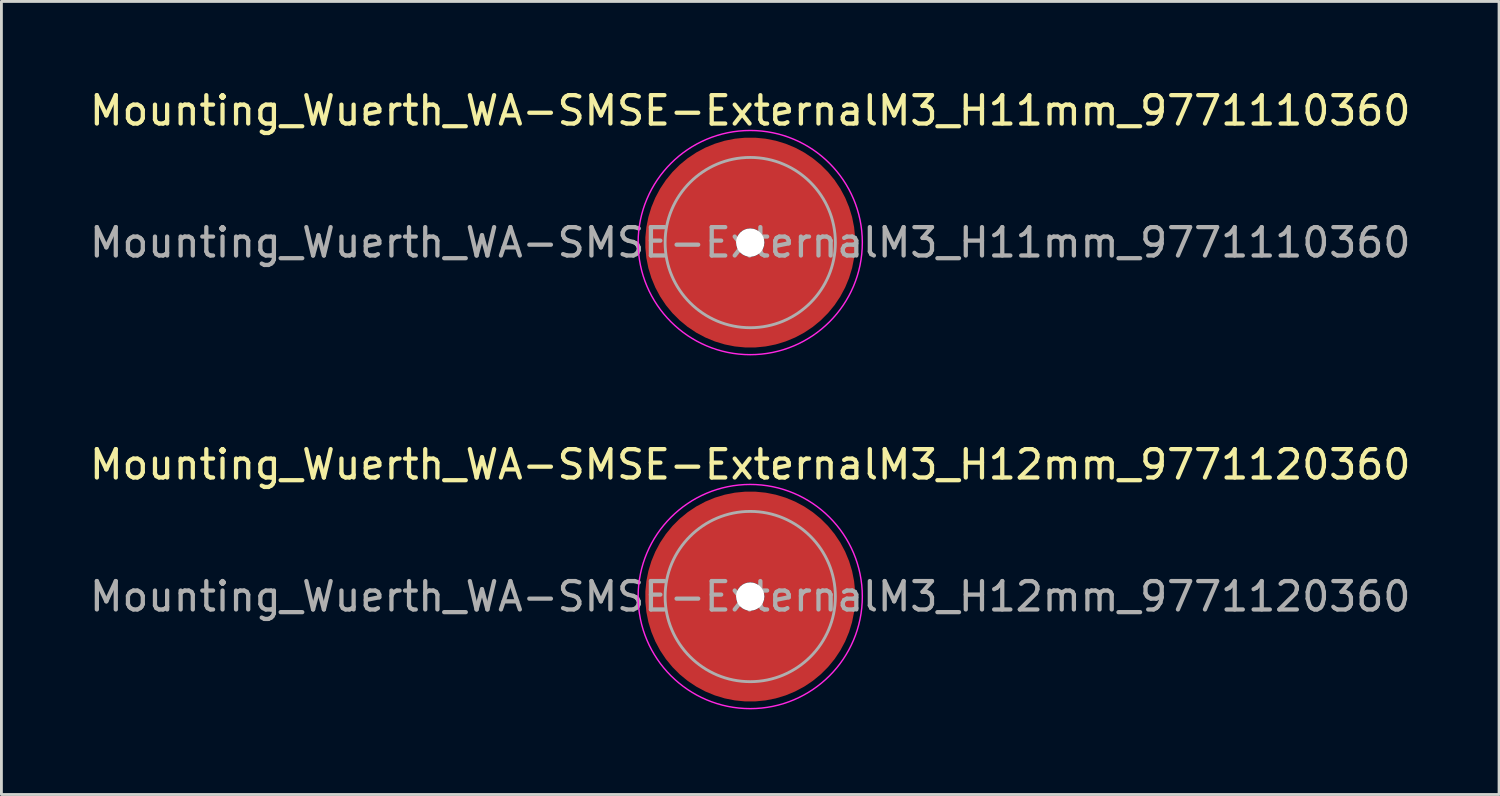
<source format=kicad_pcb>
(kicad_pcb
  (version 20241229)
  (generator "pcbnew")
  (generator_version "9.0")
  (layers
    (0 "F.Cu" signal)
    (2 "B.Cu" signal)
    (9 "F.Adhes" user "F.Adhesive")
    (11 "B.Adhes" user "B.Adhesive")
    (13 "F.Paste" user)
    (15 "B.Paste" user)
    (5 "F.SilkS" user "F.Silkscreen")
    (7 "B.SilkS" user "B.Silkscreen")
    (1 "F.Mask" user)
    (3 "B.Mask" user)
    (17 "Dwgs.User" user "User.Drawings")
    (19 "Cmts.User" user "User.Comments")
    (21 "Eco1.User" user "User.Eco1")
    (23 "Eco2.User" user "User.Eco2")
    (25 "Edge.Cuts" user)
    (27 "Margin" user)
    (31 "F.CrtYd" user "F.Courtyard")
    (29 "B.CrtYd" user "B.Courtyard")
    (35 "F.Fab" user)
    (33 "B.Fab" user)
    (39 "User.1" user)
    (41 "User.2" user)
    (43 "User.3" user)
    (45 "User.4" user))
  (footprint "Mounting_Wuerth_WA-SMSE-ExternalM3_H11mm_9771110360"
    (layer "F.Cu")
    (at 23.387 5.498)
    (property "Reference" "Mounting_Wuerth_WA-SMSE-ExternalM3_H11mm_9771110360" (at 0 -4.65 0) (layer "F.SilkS") (effects (font (size 1 1) (thickness 0.15))))
    (attr smd)
    (fp_circle (center 0 0) (end 3.95 0) (stroke (width 0.05) (type solid)) (fill no) (layer "F.CrtYd"))
    (fp_circle (center 0 0) (end 3 0) (stroke (width 0.1) (type solid)) (fill no) (layer "F.Fab"))
    (fp_text user "${REFERENCE}" (at 0 0 0) (layer "F.Fab") (effects (font (size 1 1) (thickness 0.15))))
    (pad "" smd custom (at 0 -2.1) (size 2.6 2.6) (layers "F.Paste") (options (anchor circle)) (primitives (gr_arc (start -0.305123 1.47) (mid -0.000513 1.4) (end 0.3042 1.469554) (width 0.2)) (gr_arc (start -0.493052 1.47) (mid -0.000664 1.3) (end 0.492006 1.469183) (width 0.2)) (gr_arc (start -0.642729 1.47) (mid -0.000361 1.2) (end 0.642223 1.469484) (width 0.2)) (gr_arc (start -0.776595 1.47) (mid -0.00087 1.1) (end 0.775497 1.468649) (width 0.2)) (gr_arc (start -0.901721 1.47) (mid -0.00018 1) (end 0.901515 1.469705) (width 0.2)) (gr_arc (start -1.021323 1.47) (mid -0.000665 0.9) (end 1.020624 1.468868) (width 0.2)) (gr_arc (start -1.137146 1.47) (mid -0.000289 0.8) (end 1.136866 1.469495) (width 0.2)) (gr_arc (start -1.25024 1.47) (mid -0.000155 0.7) (end 1.250101 1.469724) (width 0.2)) (gr_arc (start -1.361286 1.47) (mid -0.000403 0.6) (end 1.360947 1.469268) (width 0.2)) (gr_arc (start -1.470748 1.47) (mid -0.000334 0.5) (end 1.470485 1.469386) (width 0.2)) (gr_arc (start -1.578955 1.47) (mid -0.001427 0.400001) (end 1.577895 1.46735) (width 0.2)) (gr_arc (start -1.686149 1.47) (mid -0.000398 0.3) (end 1.68587 1.469254) (width 0.2)) (gr_arc (start -1.792512 1.47) (mid -0.001173 0.200001) (end 1.791733 1.467788) (width 0.2)) (gr_arc (start -1.898183 1.47) (mid -0.001368 0.100001) (end 1.89732 1.467404) (width 0.2)) (gr_arc (start -2.003272 1.47) (mid -0.001554 0.000001) (end 2.002338 1.467036) (width 0.2)) (gr_arc (start -2.107866 1.47) (mid -0.00037 -0.1) (end 2.107654 1.469292) (width 0.2)) (gr_arc (start -2.212035 1.47) (mid -0.00011 -0.2) (end 2.211975 1.469788) (width 0.2)) (gr_arc (start -2.315837 1.47) (mid -0.001322 -0.3) (end 2.315142 1.46745) (width 0.2)) (gr_arc (start -2.419318 1.47) (mid -0.000179 -0.4) (end 2.419228 1.469653) (width 0.2)) (gr_arc (start -2.522519 1.47) (mid -0.001235 -0.5) (end 2.521919 1.467604) (width 0.2)) (gr_arc (start -2.625471 1.47) (mid -0.000311 -0.6) (end 2.625326 1.469395) (width 0.2)) (gr_arc (start -2.728205 1.47) (mid -0.002303 -0.7) (end 2.727165 1.465513) (width 0.2)) (gr_arc (start -2.830742 1.47) (mid -0.000149 -0.8) (end 2.830677 1.469709) (width 0.2)) (gr_arc (start -2.933104 1.47) (mid -0.001447 -0.899999) (end 2.932495 1.46717) (width 0.2)) (gr_arc (start -3.035309 1.47) (mid -0.001317 -1) (end 3.034773 1.467421) (width 0.2)) (gr_arc (start -3.137372 1.47) (mid -0.002554 -1.099999) (end 3.136362 1.464993) (width 0.2)) (gr_arc (start -3.239305 1.47) (mid -0.002543 -1.199999) (end 3.23833 1.465008) (width 0.2)) (gr_arc (start -3.341123 1.47) (mid -0.001289 -1.3) (end 3.340644 1.467467) (width 0.2)) (gr_arc (start -3.442833 1.47) (mid -0.001847 -1.399999) (end 3.442166 1.466366) (width 0.2)) (gr_line (start 0.305 1.47) (end 3.443 1.47) (width 0.2)) (gr_line (start -0.305 1.47) (end -3.443 1.47) (width 0.2))))
    (pad "" np_thru_hole circle (at 0 0) (size 1 1) (drill 1) (layers "*.Cu" "*.Mask"))
    (pad "" smd custom (at 0 2.1) (size 2.6 2.6) (layers "F.Paste") (options (anchor circle)) (primitives (gr_arc (start 0.305123 -1.47) (mid 0.000513 -1.4) (end -0.3042 -1.469554) (width 0.2)) (gr_arc (start 0.493052 -1.47) (mid 0.000664 -1.3) (end -0.492006 -1.469183) (width 0.2)) (gr_arc (start 0.642729 -1.47) (mid 0.000361 -1.2) (end -0.642223 -1.469484) (width 0.2)) (gr_arc (start 0.776595 -1.47) (mid 0.00087 -1.1) (end -0.775497 -1.468649) (width 0.2)) (gr_arc (start 0.901721 -1.47) (mid 0.00018 -1) (end -0.901515 -1.469705) (width 0.2)) (gr_arc (start 1.021323 -1.47) (mid 0.000665 -0.9) (end -1.020624 -1.468868) (width 0.2)) (gr_arc (start 1.137146 -1.47) (mid 0.000289 -0.8) (end -1.136866 -1.469495) (width 0.2)) (gr_arc (start 1.25024 -1.47) (mid 0.000155 -0.7) (end -1.250101 -1.469724) (width 0.2)) (gr_arc (start 1.361286 -1.47) (mid 0.000403 -0.6) (end -1.360947 -1.469268) (width 0.2)) (gr_arc (start 1.470748 -1.47) (mid 0.000334 -0.5) (end -1.470485 -1.469386) (width 0.2)) (gr_arc (start 1.578955 -1.47) (mid 0.001427 -0.400001) (end -1.577895 -1.46735) (width 0.2)) (gr_arc (start 1.686149 -1.47) (mid 0.000398 -0.3) (end -1.68587 -1.469254) (width 0.2)) (gr_arc (start 1.792512 -1.47) (mid 0.001173 -0.200001) (end -1.791733 -1.467788) (width 0.2)) (gr_arc (start 1.898183 -1.47) (mid 0.001368 -0.100001) (end -1.89732 -1.467404) (width 0.2)) (gr_arc (start 2.003272 -1.47) (mid 0.001554 -0.000001) (end -2.002338 -1.467036) (width 0.2)) (gr_arc (start 2.107866 -1.47) (mid 0.00037 0.1) (end -2.107654 -1.469292) (width 0.2)) (gr_arc (start 2.212035 -1.47) (mid 0.00011 0.2) (end -2.211975 -1.469788) (width 0.2)) (gr_arc (start 2.315837 -1.47) (mid 0.001322 0.3) (end -2.315142 -1.46745) (width 0.2)) (gr_arc (start 2.419318 -1.47) (mid 0.000179 0.4) (end -2.419228 -1.469653) (width 0.2)) (gr_arc (start 2.522519 -1.47) (mid 0.001235 0.5) (end -2.521919 -1.467604) (width 0.2)) (gr_arc (start 2.625471 -1.47) (mid 0.000311 0.6) (end -2.625326 -1.469395) (width 0.2)) (gr_arc (start 2.728205 -1.47) (mid 0.002303 0.7) (end -2.727165 -1.465513) (width 0.2)) (gr_arc (start 2.830742 -1.47) (mid 0.000149 0.8) (end -2.830677 -1.469709) (width 0.2)) (gr_arc (start 2.933104 -1.47) (mid 0.001447 0.899999) (end -2.932495 -1.46717) (width 0.2)) (gr_arc (start 3.035309 -1.47) (mid 0.001317 1) (end -3.034773 -1.467421) (width 0.2)) (gr_arc (start 3.137372 -1.47) (mid 0.002554 1.099999) (end -3.136362 -1.464993) (width 0.2)) (gr_arc (start 3.239305 -1.47) (mid 0.002543 1.199999) (end -3.23833 -1.465008) (width 0.2)) (gr_arc (start 3.341123 -1.47) (mid 0.001289 1.3) (end -3.340644 -1.467467) (width 0.2)) (gr_arc (start 3.442833 -1.47) (mid 0.001847 1.399999) (end -3.442166 -1.466366) (width 0.2)) (gr_line (start -0.305 -1.47) (end -3.443 -1.47) (width 0.2)) (gr_line (start 0.305 -1.47) (end 3.443 -1.47) (width 0.2))))
    (pad "1" smd circle (at -2.1 0) (size 2.8 2.8) (layers "F.Cu"))
    (pad "1" smd circle (at 0 -2.1) (size 2.8 2.8) (layers "F.Cu"))
    (pad "1" smd circle (at 0 2.1) (size 2.8 2.8) (layers "F.Cu"))
    (pad "1" smd custom (at 2.1 0) (size 2.8 2.8) (layers "F.Cu" "F.Mask") (options (anchor circle)) (primitives (gr_circle (center -2.1 0) (end 0 0) (width 3.2) (fill no)))))
  (footprint "Mounting_Wuerth_WA-SMSE-ExternalM3_H12mm_9771120360"
    (layer "F.Cu")
    (at 23.387 17.971)
    (property "Reference" "Mounting_Wuerth_WA-SMSE-ExternalM3_H12mm_9771120360" (at 0 -4.65 0) (layer "F.SilkS") (effects (font (size 1 1) (thickness 0.15))))
    (attr smd)
    (fp_circle (center 0 0) (end 3.95 0) (stroke (width 0.05) (type solid)) (fill no) (layer "F.CrtYd"))
    (fp_circle (center 0 0) (end 3 0) (stroke (width 0.1) (type solid)) (fill no) (layer "F.Fab"))
    (fp_text user "${REFERENCE}" (at 0 0 0) (layer "F.Fab") (effects (font (size 1 1) (thickness 0.15))))
    (pad "" smd custom (at 0 -2.1) (size 2.6 2.6) (layers "F.Paste") (options (anchor circle)) (primitives (gr_arc (start -0.305123 1.47) (mid -0.000513 1.4) (end 0.3042 1.469554) (width 0.2)) (gr_arc (start -0.493052 1.47) (mid -0.000664 1.3) (end 0.492006 1.469183) (width 0.2)) (gr_arc (start -0.642729 1.47) (mid -0.000361 1.2) (end 0.642223 1.469484) (width 0.2)) (gr_arc (start -0.776595 1.47) (mid -0.00087 1.1) (end 0.775497 1.468649) (width 0.2)) (gr_arc (start -0.901721 1.47) (mid -0.00018 1) (end 0.901515 1.469705) (width 0.2)) (gr_arc (start -1.021323 1.47) (mid -0.000665 0.9) (end 1.020624 1.468868) (width 0.2)) (gr_arc (start -1.137146 1.47) (mid -0.000289 0.8) (end 1.136866 1.469495) (width 0.2)) (gr_arc (start -1.25024 1.47) (mid -0.000155 0.7) (end 1.250101 1.469724) (width 0.2)) (gr_arc (start -1.361286 1.47) (mid -0.000403 0.6) (end 1.360947 1.469268) (width 0.2)) (gr_arc (start -1.470748 1.47) (mid -0.000334 0.5) (end 1.470485 1.469386) (width 0.2)) (gr_arc (start -1.578955 1.47) (mid -0.001427 0.400001) (end 1.577895 1.46735) (width 0.2)) (gr_arc (start -1.686149 1.47) (mid -0.000398 0.3) (end 1.68587 1.469254) (width 0.2)) (gr_arc (start -1.792512 1.47) (mid -0.001173 0.200001) (end 1.791733 1.467788) (width 0.2)) (gr_arc (start -1.898183 1.47) (mid -0.001368 0.100001) (end 1.89732 1.467404) (width 0.2)) (gr_arc (start -2.003272 1.47) (mid -0.001554 0.000001) (end 2.002338 1.467036) (width 0.2)) (gr_arc (start -2.107866 1.47) (mid -0.00037 -0.1) (end 2.107654 1.469292) (width 0.2)) (gr_arc (start -2.212035 1.47) (mid -0.00011 -0.2) (end 2.211975 1.469788) (width 0.2)) (gr_arc (start -2.315837 1.47) (mid -0.001322 -0.3) (end 2.315142 1.46745) (width 0.2)) (gr_arc (start -2.419318 1.47) (mid -0.000179 -0.4) (end 2.419228 1.469653) (width 0.2)) (gr_arc (start -2.522519 1.47) (mid -0.001235 -0.5) (end 2.521919 1.467604) (width 0.2)) (gr_arc (start -2.625471 1.47) (mid -0.000311 -0.6) (end 2.625326 1.469395) (width 0.2)) (gr_arc (start -2.728205 1.47) (mid -0.002303 -0.7) (end 2.727165 1.465513) (width 0.2)) (gr_arc (start -2.830742 1.47) (mid -0.000149 -0.8) (end 2.830677 1.469709) (width 0.2)) (gr_arc (start -2.933104 1.47) (mid -0.001447 -0.899999) (end 2.932495 1.46717) (width 0.2)) (gr_arc (start -3.035309 1.47) (mid -0.001317 -1) (end 3.034773 1.467421) (width 0.2)) (gr_arc (start -3.137372 1.47) (mid -0.002554 -1.099999) (end 3.136362 1.464993) (width 0.2)) (gr_arc (start -3.239305 1.47) (mid -0.002543 -1.199999) (end 3.23833 1.465008) (width 0.2)) (gr_arc (start -3.341123 1.47) (mid -0.001289 -1.3) (end 3.340644 1.467467) (width 0.2)) (gr_arc (start -3.442833 1.47) (mid -0.001847 -1.399999) (end 3.442166 1.466366) (width 0.2)) (gr_line (start 0.305 1.47) (end 3.443 1.47) (width 0.2)) (gr_line (start -0.305 1.47) (end -3.443 1.47) (width 0.2))))
    (pad "" np_thru_hole circle (at 0 0) (size 1 1) (drill 1) (layers "*.Cu" "*.Mask"))
    (pad "" smd custom (at 0 2.1) (size 2.6 2.6) (layers "F.Paste") (options (anchor circle)) (primitives (gr_arc (start 0.305123 -1.47) (mid 0.000513 -1.4) (end -0.3042 -1.469554) (width 0.2)) (gr_arc (start 0.493052 -1.47) (mid 0.000664 -1.3) (end -0.492006 -1.469183) (width 0.2)) (gr_arc (start 0.642729 -1.47) (mid 0.000361 -1.2) (end -0.642223 -1.469484) (width 0.2)) (gr_arc (start 0.776595 -1.47) (mid 0.00087 -1.1) (end -0.775497 -1.468649) (width 0.2)) (gr_arc (start 0.901721 -1.47) (mid 0.00018 -1) (end -0.901515 -1.469705) (width 0.2)) (gr_arc (start 1.021323 -1.47) (mid 0.000665 -0.9) (end -1.020624 -1.468868) (width 0.2)) (gr_arc (start 1.137146 -1.47) (mid 0.000289 -0.8) (end -1.136866 -1.469495) (width 0.2)) (gr_arc (start 1.25024 -1.47) (mid 0.000155 -0.7) (end -1.250101 -1.469724) (width 0.2)) (gr_arc (start 1.361286 -1.47) (mid 0.000403 -0.6) (end -1.360947 -1.469268) (width 0.2)) (gr_arc (start 1.470748 -1.47) (mid 0.000334 -0.5) (end -1.470485 -1.469386) (width 0.2)) (gr_arc (start 1.578955 -1.47) (mid 0.001427 -0.400001) (end -1.577895 -1.46735) (width 0.2)) (gr_arc (start 1.686149 -1.47) (mid 0.000398 -0.3) (end -1.68587 -1.469254) (width 0.2)) (gr_arc (start 1.792512 -1.47) (mid 0.001173 -0.200001) (end -1.791733 -1.467788) (width 0.2)) (gr_arc (start 1.898183 -1.47) (mid 0.001368 -0.100001) (end -1.89732 -1.467404) (width 0.2)) (gr_arc (start 2.003272 -1.47) (mid 0.001554 -0.000001) (end -2.002338 -1.467036) (width 0.2)) (gr_arc (start 2.107866 -1.47) (mid 0.00037 0.1) (end -2.107654 -1.469292) (width 0.2)) (gr_arc (start 2.212035 -1.47) (mid 0.00011 0.2) (end -2.211975 -1.469788) (width 0.2)) (gr_arc (start 2.315837 -1.47) (mid 0.001322 0.3) (end -2.315142 -1.46745) (width 0.2)) (gr_arc (start 2.419318 -1.47) (mid 0.000179 0.4) (end -2.419228 -1.469653) (width 0.2)) (gr_arc (start 2.522519 -1.47) (mid 0.001235 0.5) (end -2.521919 -1.467604) (width 0.2)) (gr_arc (start 2.625471 -1.47) (mid 0.000311 0.6) (end -2.625326 -1.469395) (width 0.2)) (gr_arc (start 2.728205 -1.47) (mid 0.002303 0.7) (end -2.727165 -1.465513) (width 0.2)) (gr_arc (start 2.830742 -1.47) (mid 0.000149 0.8) (end -2.830677 -1.469709) (width 0.2)) (gr_arc (start 2.933104 -1.47) (mid 0.001447 0.899999) (end -2.932495 -1.46717) (width 0.2)) (gr_arc (start 3.035309 -1.47) (mid 0.001317 1) (end -3.034773 -1.467421) (width 0.2)) (gr_arc (start 3.137372 -1.47) (mid 0.002554 1.099999) (end -3.136362 -1.464993) (width 0.2)) (gr_arc (start 3.239305 -1.47) (mid 0.002543 1.199999) (end -3.23833 -1.465008) (width 0.2)) (gr_arc (start 3.341123 -1.47) (mid 0.001289 1.3) (end -3.340644 -1.467467) (width 0.2)) (gr_arc (start 3.442833 -1.47) (mid 0.001847 1.399999) (end -3.442166 -1.466366) (width 0.2)) (gr_line (start -0.305 -1.47) (end -3.443 -1.47) (width 0.2)) (gr_line (start 0.305 -1.47) (end 3.443 -1.47) (width 0.2))))
    (pad "1" smd circle (at -2.1 0) (size 2.8 2.8) (layers "F.Cu"))
    (pad "1" smd circle (at 0 -2.1) (size 2.8 2.8) (layers "F.Cu"))
    (pad "1" smd circle (at 0 2.1) (size 2.8 2.8) (layers "F.Cu"))
    (pad "1" smd custom (at 2.1 0) (size 2.8 2.8) (layers "F.Cu" "F.Mask") (options (anchor circle)) (primitives (gr_circle (center -2.1 0) (end 0 0) (width 3.2) (fill no)))))
  (gr_rect
    (start -3 -3)
    (end 49.774 24.947)
    (stroke (width 0.1) (type default))
    (fill no)
    (layer "Edge.Cuts")))
</source>
